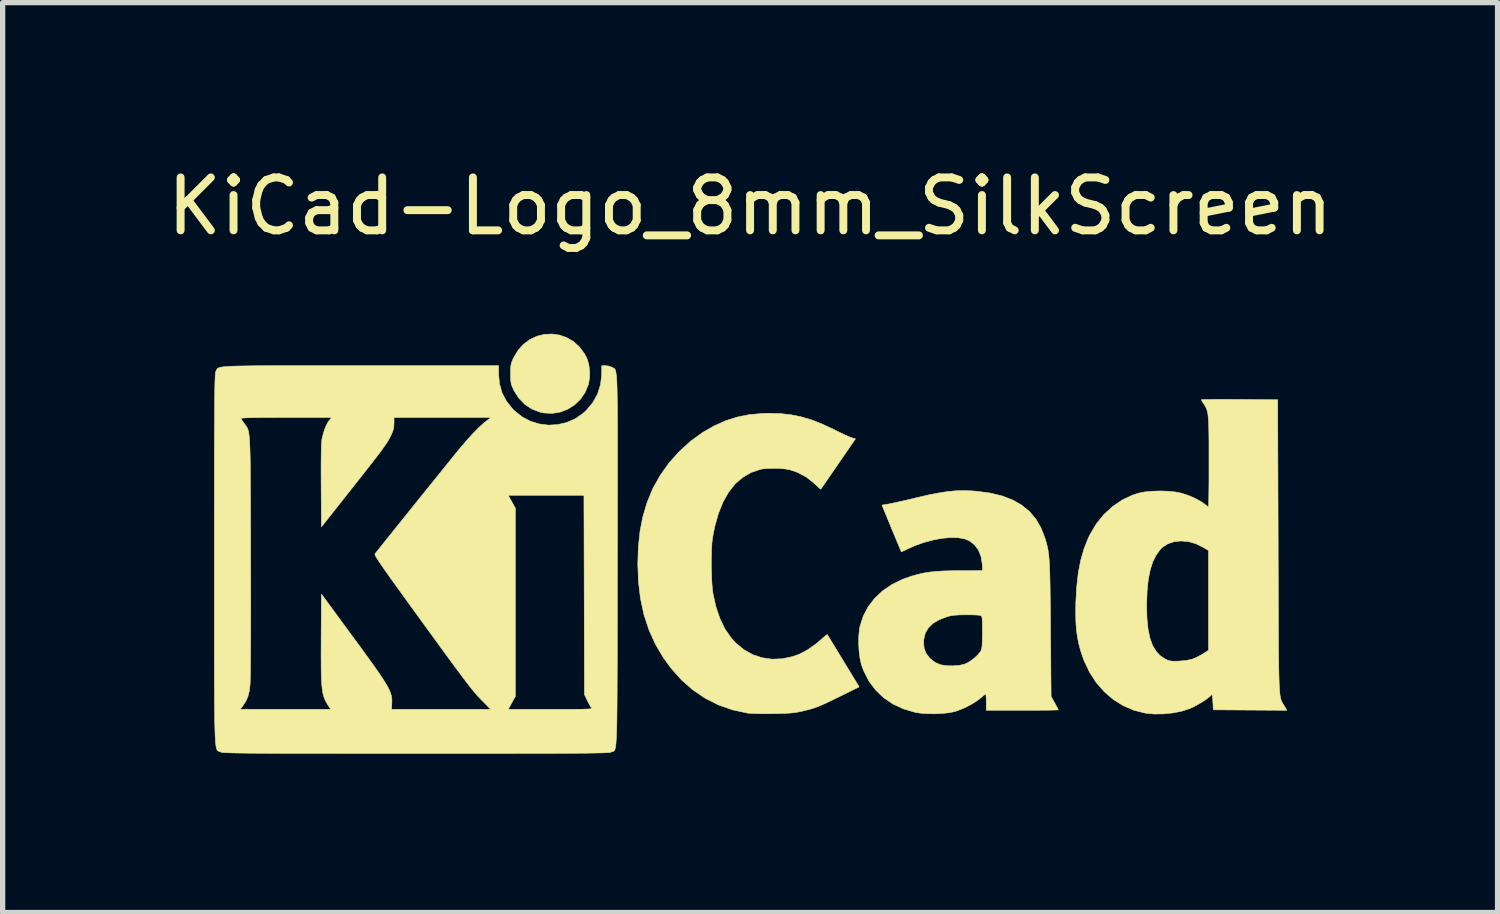
<source format=kicad_pcb>
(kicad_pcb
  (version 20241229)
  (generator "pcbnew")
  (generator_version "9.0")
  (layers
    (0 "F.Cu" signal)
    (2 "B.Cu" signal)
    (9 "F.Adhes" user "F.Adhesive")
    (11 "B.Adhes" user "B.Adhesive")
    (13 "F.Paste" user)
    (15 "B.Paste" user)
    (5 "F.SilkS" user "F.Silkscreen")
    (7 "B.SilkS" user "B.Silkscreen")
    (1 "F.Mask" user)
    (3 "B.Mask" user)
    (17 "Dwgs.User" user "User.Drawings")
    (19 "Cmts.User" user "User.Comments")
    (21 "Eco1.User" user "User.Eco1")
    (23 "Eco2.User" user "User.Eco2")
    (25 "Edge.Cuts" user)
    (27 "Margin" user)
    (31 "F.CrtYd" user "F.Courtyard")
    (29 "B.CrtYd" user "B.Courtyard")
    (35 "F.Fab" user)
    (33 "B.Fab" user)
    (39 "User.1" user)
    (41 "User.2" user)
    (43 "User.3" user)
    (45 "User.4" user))
  (footprint "KiCad-Logo_8mm_SilkScreen"
    (layer "F.Cu")
    (at 11.125 7.198)
    (property "Reference" "KiCad-Logo_8mm_SilkScreen" (at 0 -6.35 0) (layer "F.SilkS") (effects (font (size 1 1) (thickness 0.15))))
    (attr exclude_from_pos_files exclude_from_bom)
    (fp_poly (pts (xy -3.602 -3.916) (xy -3.466 -3.869) (xy -3.339 -3.794) (xy -3.226 -3.693) (xy -3.13 -3.564) (xy -3.087 -3.483) (xy -3.05 -3.37) (xy -3.032 -3.239) (xy -3.034 -3.105) (xy -3.056 -2.983) (xy -3.117 -2.834) (xy -3.205 -2.705) (xy -3.315 -2.598) (xy -3.444 -2.516) (xy -3.587 -2.461) (xy -3.739 -2.436) (xy -3.896 -2.444) (xy -3.973 -2.46) (xy -4.124 -2.519) (xy -4.258 -2.608) (xy -4.372 -2.726) (xy -4.463 -2.869) (xy -4.47 -2.885) (xy -4.497 -2.943) (xy -4.513 -2.993) (xy -4.522 -3.045) (xy -4.526 -3.111) (xy -4.527 -3.184) (xy -4.526 -3.271) (xy -4.521 -3.334) (xy -4.511 -3.385) (xy -4.492 -3.436) (xy -4.469 -3.487) (xy -4.384 -3.63) (xy -4.279 -3.745) (xy -4.158 -3.834) (xy -4.026 -3.895) (xy -3.886 -3.929) (xy -3.744 -3.936) (xy -3.602 -3.916)) (stroke (width 0.01) (type solid)) (fill yes) (layer "F.SilkS"))
    (fp_poly (pts (xy 0.581 -2.431) (xy 0.777 -2.409) (xy 0.967 -2.371) (xy 1.158 -2.314) (xy 1.358 -2.236) (xy 1.576 -2.135) (xy 1.615 -2.115) (xy 1.705 -2.071) (xy 1.79 -2.031) (xy 1.861 -1.999) (xy 1.91 -1.979) (xy 1.918 -1.977) (xy 1.991 -1.955) (xy 1.665 -1.481) (xy 1.585 -1.365) (xy 1.512 -1.259) (xy 1.449 -1.167) (xy 1.397 -1.092) (xy 1.359 -1.038) (xy 1.339 -1.008) (xy 1.335 -1.003) (xy 1.322 -1.013) (xy 1.288 -1.043) (xy 1.24 -1.087) (xy 1.214 -1.112) (xy 1.065 -1.231) (xy 0.897 -1.321) (xy 0.753 -1.37) (xy 0.666 -1.386) (xy 0.558 -1.395) (xy 0.44 -1.398) (xy 0.326 -1.395) (xy 0.229 -1.385) (xy 0.19 -1.378) (xy 0.015 -1.317) (xy -0.143 -1.225) (xy -0.284 -1.102) (xy -0.407 -0.947) (xy -0.512 -0.76) (xy -0.599 -0.543) (xy -0.669 -0.294) (xy -0.71 -0.082) (xy -0.721 0.012) (xy -0.728 0.134) (xy -0.732 0.273) (xy -0.733 0.423) (xy -0.73 0.575) (xy -0.725 0.718) (xy -0.716 0.846) (xy -0.704 0.949) (xy -0.702 0.964) (xy -0.646 1.22) (xy -0.569 1.445) (xy -0.472 1.643) (xy -0.353 1.813) (xy -0.269 1.905) (xy -0.117 2.03) (xy 0.049 2.123) (xy 0.227 2.182) (xy 0.414 2.209) (xy 0.607 2.201) (xy 0.803 2.16) (xy 0.92 2.119) (xy 1.08 2.037) (xy 1.246 1.92) (xy 1.339 1.84) (xy 1.391 1.794) (xy 1.432 1.761) (xy 1.455 1.745) (xy 1.458 1.744) (xy 1.469 1.761) (xy 1.496 1.804) (xy 1.537 1.872) (xy 1.59 1.959) (xy 1.653 2.062) (xy 1.723 2.177) (xy 1.762 2.241) (xy 2.061 2.732) (xy 1.688 2.916) (xy 1.553 2.982) (xy 1.444 3.034) (xy 1.354 3.075) (xy 1.276 3.107) (xy 1.203 3.133) (xy 1.13 3.155) (xy 1.049 3.176) (xy 0.971 3.195) (xy 0.901 3.209) (xy 0.829 3.22) (xy 0.746 3.228) (xy 0.645 3.233) (xy 0.52 3.237) (xy 0.435 3.239) (xy 0.315 3.24) (xy 0.199 3.239) (xy 0.096 3.237) (xy 0.013 3.234) (xy -0.042 3.229) (xy -0.045 3.228) (xy -0.33 3.167) (xy -0.598 3.073) (xy -0.848 2.948) (xy -1.08 2.791) (xy -1.295 2.602) (xy -1.492 2.382) (xy -1.635 2.186) (xy -1.787 1.93) (xy -1.91 1.659) (xy -2.005 1.372) (xy -2.071 1.066) (xy -2.11 0.74) (xy -2.122 0.408) (xy -2.112 0.087) (xy -2.08 -0.209) (xy -2.026 -0.486) (xy -1.948 -0.747) (xy -1.845 -0.999) (xy -1.833 -1.025) (xy -1.697 -1.268) (xy -1.531 -1.5) (xy -1.338 -1.716) (xy -1.125 -1.91) (xy -0.894 -2.077) (xy -0.679 -2.2) (xy -0.462 -2.297) (xy -0.244 -2.366) (xy -0.018 -2.412) (xy 0.226 -2.434) (xy 0.372 -2.437) (xy 0.581 -2.431)) (stroke (width 0.01) (type solid)) (fill yes) (layer "F.SilkS"))
    (fp_poly (pts (xy 9.042 -2.7) (xy 9.196 -2.699) (xy 9.248 -2.699) (xy 9.97 -2.694) (xy 9.979 0.073) (xy 9.98 0.448) (xy 9.981 0.788) (xy 9.982 1.096) (xy 9.983 1.373) (xy 9.984 1.621) (xy 9.985 1.841) (xy 9.986 2.036) (xy 9.988 2.206) (xy 9.99 2.354) (xy 9.993 2.482) (xy 9.996 2.592) (xy 9.999 2.684) (xy 10.003 2.761) (xy 10.008 2.825) (xy 10.013 2.877) (xy 10.02 2.92) (xy 10.027 2.954) (xy 10.035 2.982) (xy 10.044 3.005) (xy 10.055 3.026) (xy 10.066 3.045) (xy 10.079 3.066) (xy 10.093 3.089) (xy 10.096 3.093) (xy 10.144 3.175) (xy 8.754 3.166) (xy 8.745 3.013) (xy 8.74 2.94) (xy 8.735 2.898) (xy 8.728 2.881) (xy 8.717 2.884) (xy 8.709 2.894) (xy 8.67 2.929) (xy 8.608 2.975) (xy 8.531 3.025) (xy 8.447 3.074) (xy 8.365 3.117) (xy 8.302 3.145) (xy 8.155 3.192) (xy 7.986 3.225) (xy 7.808 3.243) (xy 7.633 3.245) (xy 7.474 3.229) (xy 7.472 3.229) (xy 7.254 3.174) (xy 7.05 3.087) (xy 6.863 2.97) (xy 6.693 2.824) (xy 6.542 2.651) (xy 6.414 2.453) (xy 6.309 2.232) (xy 6.252 2.068) (xy 6.215 1.931) (xy 6.187 1.799) (xy 6.168 1.663) (xy 6.157 1.514) (xy 6.153 1.347) (xy 6.155 1.209) (xy 7.493 1.209) (xy 7.5 1.439) (xy 7.52 1.637) (xy 7.554 1.805) (xy 7.603 1.943) (xy 7.668 2.055) (xy 7.748 2.142) (xy 7.842 2.204) (xy 7.89 2.227) (xy 7.932 2.24) (xy 7.979 2.247) (xy 8.042 2.247) (xy 8.11 2.245) (xy 8.243 2.233) (xy 8.349 2.21) (xy 8.382 2.198) (xy 8.458 2.164) (xy 8.538 2.121) (xy 8.572 2.1) (xy 8.663 2.041) (xy 8.663 0.155) (xy 8.563 0.095) (xy 8.424 0.027) (xy 8.282 -0.013) (xy 8.142 -0.025) (xy 8.009 -0.011) (xy 7.889 0.031) (xy 7.787 0.099) (xy 7.754 0.131) (xy 7.675 0.239) (xy 7.61 0.368) (xy 7.561 0.523) (xy 7.525 0.704) (xy 7.503 0.915) (xy 7.494 1.157) (xy 7.493 1.209) (xy 6.155 1.209) (xy 6.155 1.152) (xy 6.171 0.854) (xy 6.201 0.584) (xy 6.248 0.34) (xy 6.312 0.118) (xy 6.394 -0.087) (xy 6.424 -0.148) (xy 6.542 -0.347) (xy 6.684 -0.523) (xy 6.848 -0.674) (xy 7.029 -0.798) (xy 7.225 -0.891) (xy 7.343 -0.929) (xy 7.458 -0.952) (xy 7.597 -0.965) (xy 7.748 -0.97) (xy 7.898 -0.965) (xy 8.038 -0.951) (xy 8.15 -0.928) (xy 8.283 -0.885) (xy 8.412 -0.829) (xy 8.525 -0.767) (xy 8.585 -0.725) (xy 8.627 -0.693) (xy 8.656 -0.674) (xy 8.662 -0.671) (xy 8.664 -0.689) (xy 8.666 -0.739) (xy 8.668 -0.819) (xy 8.669 -0.924) (xy 8.671 -1.051) (xy 8.672 -1.197) (xy 8.672 -1.357) (xy 8.672 -1.521) (xy 8.672 -1.731) (xy 8.672 -1.908) (xy 8.67 -2.055) (xy 8.668 -2.176) (xy 8.665 -2.274) (xy 8.659 -2.353) (xy 8.652 -2.416) (xy 8.643 -2.467) (xy 8.631 -2.508) (xy 8.616 -2.543) (xy 8.598 -2.576) (xy 8.577 -2.61) (xy 8.574 -2.614) (xy 8.546 -2.658) (xy 8.529 -2.688) (xy 8.527 -2.694) (xy 8.545 -2.696) (xy 8.595 -2.698) (xy 8.673 -2.699) (xy 8.776 -2.7) (xy 8.9 -2.7) (xy 9.042 -2.7)) (stroke (width 0.01) (type solid)) (fill yes) (layer "F.SilkS"))
    (fp_poly (pts (xy 4.186 -0.972) (xy 4.276 -0.965) (xy 4.533 -0.931) (xy 4.76 -0.877) (xy 4.96 -0.801) (xy 5.132 -0.703) (xy 5.278 -0.583) (xy 5.4 -0.44) (xy 5.497 -0.272) (xy 5.568 -0.091) (xy 5.586 -0.033) (xy 5.602 0.021) (xy 5.615 0.075) (xy 5.627 0.13) (xy 5.637 0.191) (xy 5.645 0.26) (xy 5.652 0.339) (xy 5.657 0.433) (xy 5.662 0.543) (xy 5.666 0.672) (xy 5.669 0.825) (xy 5.671 1.003) (xy 5.674 1.209) (xy 5.676 1.447) (xy 5.677 1.633) (xy 5.688 2.912) (xy 5.756 3.035) (xy 5.788 3.094) (xy 5.812 3.14) (xy 5.823 3.165) (xy 5.824 3.167) (xy 5.806 3.168) (xy 5.757 3.17) (xy 5.678 3.172) (xy 5.576 3.173) (xy 5.453 3.174) (xy 5.314 3.175) (xy 5.162 3.175) (xy 5.144 3.175) (xy 4.463 3.175) (xy 4.463 3.021) (xy 4.462 2.951) (xy 4.459 2.898) (xy 4.454 2.869) (xy 4.452 2.867) (xy 4.434 2.878) (xy 4.397 2.907) (xy 4.349 2.948) (xy 4.348 2.949) (xy 4.26 3.014) (xy 4.149 3.08) (xy 4.028 3.139) (xy 3.908 3.186) (xy 3.855 3.202) (xy 3.751 3.222) (xy 3.622 3.235) (xy 3.481 3.241) (xy 3.34 3.239) (xy 3.211 3.228) (xy 3.121 3.214) (xy 2.899 3.148) (xy 2.699 3.056) (xy 2.522 2.936) (xy 2.371 2.791) (xy 2.245 2.622) (xy 2.147 2.43) (xy 2.104 2.313) (xy 2.078 2.2) (xy 2.06 2.064) (xy 2.052 1.917) (xy 2.052 1.896) (xy 3.279 1.896) (xy 3.289 2.005) (xy 3.323 2.095) (xy 3.386 2.179) (xy 3.41 2.204) (xy 3.496 2.27) (xy 3.594 2.313) (xy 3.713 2.333) (xy 3.837 2.335) (xy 3.956 2.325) (xy 4.046 2.305) (xy 4.086 2.29) (xy 4.156 2.25) (xy 4.232 2.194) (xy 4.3 2.131) (xy 4.351 2.07) (xy 4.365 2.047) (xy 4.375 2.016) (xy 4.383 1.967) (xy 4.388 1.894) (xy 4.39 1.793) (xy 4.391 1.697) (xy 4.39 1.585) (xy 4.389 1.504) (xy 4.386 1.449) (xy 4.381 1.414) (xy 4.373 1.394) (xy 4.362 1.384) (xy 4.359 1.383) (xy 4.33 1.378) (xy 4.272 1.374) (xy 4.193 1.371) (xy 4.102 1.37) (xy 4.082 1.37) (xy 3.96 1.372) (xy 3.866 1.378) (xy 3.791 1.388) (xy 3.729 1.404) (xy 3.575 1.462) (xy 3.455 1.533) (xy 3.367 1.619) (xy 3.309 1.721) (xy 3.282 1.839) (xy 3.279 1.896) (xy 2.052 1.896) (xy 2.054 1.774) (xy 2.066 1.645) (xy 2.076 1.592) (xy 2.137 1.399) (xy 2.23 1.221) (xy 2.353 1.06) (xy 2.504 0.918) (xy 2.682 0.797) (xy 2.885 0.698) (xy 3.057 0.638) (xy 3.172 0.606) (xy 3.282 0.581) (xy 3.395 0.563) (xy 3.516 0.55) (xy 3.654 0.542) (xy 3.816 0.538) (xy 3.962 0.536) (xy 4.395 0.535) (xy 4.386 0.405) (xy 4.363 0.264) (xy 4.313 0.143) (xy 4.238 0.044) (xy 4.141 -0.029) (xy 4.056 -0.064) (xy 3.934 -0.086) (xy 3.789 -0.09) (xy 3.627 -0.075) (xy 3.455 -0.043) (xy 3.281 0.004) (xy 3.111 0.065) (xy 2.987 0.121) (xy 2.928 0.15) (xy 2.882 0.17) (xy 2.859 0.178) (xy 2.858 0.178) (xy 2.85 0.16) (xy 2.83 0.114) (xy 2.8 0.042) (xy 2.762 -0.049) (xy 2.717 -0.156) (xy 2.672 -0.265) (xy 2.492 -0.703) (xy 2.62 -0.724) (xy 2.676 -0.735) (xy 2.76 -0.753) (xy 2.864 -0.776) (xy 2.982 -0.803) (xy 3.107 -0.833) (xy 3.157 -0.845) (xy 3.372 -0.895) (xy 3.56 -0.932) (xy 3.728 -0.958) (xy 3.884 -0.973) (xy 4.034 -0.977) (xy 4.186 -0.972)) (stroke (width 0.01) (type solid)) (fill yes) (layer "F.SilkS"))
    (fp_poly (pts (xy -7.87 -3.338) (xy -7.521 -3.338) (xy -7.358 -3.338) (xy -4.753 -3.338) (xy -4.753 -3.185) (xy -4.737 -2.998) (xy -4.688 -2.826) (xy -4.605 -2.667) (xy -4.488 -2.52) (xy -4.448 -2.481) (xy -4.306 -2.369) (xy -4.149 -2.287) (xy -3.982 -2.236) (xy -3.81 -2.214) (xy -3.637 -2.224) (xy -3.468 -2.263) (xy -3.308 -2.332) (xy -3.162 -2.432) (xy -3.096 -2.492) (xy -2.973 -2.639) (xy -2.883 -2.801) (xy -2.827 -2.976) (xy -2.805 -3.161) (xy -2.804 -3.18) (xy -2.803 -3.338) (xy -2.733 -3.338) (xy -2.671 -3.33) (xy -2.615 -3.309) (xy -2.611 -3.307) (xy -2.598 -3.301) (xy -2.587 -3.296) (xy -2.576 -3.29) (xy -2.566 -3.284) (xy -2.557 -3.274) (xy -2.549 -3.26) (xy -2.542 -3.239) (xy -2.536 -3.211) (xy -2.53 -3.174) (xy -2.525 -3.127) (xy -2.521 -3.067) (xy -2.517 -2.994) (xy -2.514 -2.906) (xy -2.512 -2.801) (xy -2.51 -2.678) (xy -2.508 -2.535) (xy -2.507 -2.372) (xy -2.506 -2.186) (xy -2.506 -1.976) (xy -2.506 -1.74) (xy -2.506 -1.477) (xy -2.506 -1.185) (xy -2.506 -0.864) (xy -2.507 -0.511) (xy -2.507 -0.124) (xy -2.508 0.297) (xy -2.508 0.348) (xy -2.509 0.771) (xy -2.509 1.16) (xy -2.509 1.516) (xy -2.51 1.839) (xy -2.51 2.133) (xy -2.511 2.398) (xy -2.512 2.635) (xy -2.513 2.847) (xy -2.514 3.034) (xy -2.516 3.199) (xy -2.517 3.342) (xy -2.52 3.466) (xy -2.523 3.571) (xy -2.526 3.66) (xy -2.53 3.733) (xy -2.534 3.793) (xy -2.539 3.84) (xy -2.545 3.877) (xy -2.551 3.904) (xy -2.558 3.924) (xy -2.566 3.937) (xy -2.575 3.946) (xy -2.585 3.951) (xy -2.596 3.955) (xy -2.608 3.958) (xy -2.621 3.963) (xy -2.624 3.964) (xy -2.634 3.967) (xy -2.651 3.97) (xy -2.676 3.973) (xy -2.71 3.976) (xy -2.756 3.978) (xy -2.814 3.98) (xy -2.886 3.982) (xy -2.973 3.983) (xy -3.078 3.985) (xy -3.201 3.986) (xy -3.343 3.987) (xy -3.507 3.988) (xy -3.694 3.989) (xy -3.905 3.989) (xy -4.141 3.99) (xy -4.405 3.99) (xy -4.697 3.991) (xy -5.019 3.991) (xy -5.373 3.991) (xy -5.759 3.991) (xy -6.18 3.991) (xy -6.316 3.991) (xy -6.747 3.991) (xy -7.142 3.991) (xy -7.504 3.991) (xy -7.835 3.99) (xy -8.134 3.99) (xy -8.405 3.99) (xy -8.649 3.989) (xy -8.866 3.989) (xy -9.059 3.988) (xy -9.229 3.987) (xy -9.378 3.986) (xy -9.506 3.985) (xy -9.616 3.983) (xy -9.709 3.982) (xy -9.786 3.98) (xy -9.848 3.978) (xy -9.899 3.976) (xy -9.937 3.974) (xy -9.967 3.971) (xy -9.987 3.968) (xy -10.001 3.965) (xy -10.009 3.962) (xy -10.023 3.956) (xy -10.035 3.952) (xy -10.046 3.948) (xy -10.057 3.942) (xy -10.066 3.934) (xy -10.075 3.92) (xy -10.082 3.901) (xy -10.089 3.874) (xy -10.095 3.839) (xy -10.101 3.793) (xy -10.105 3.734) (xy -10.109 3.663) (xy -10.112 3.576) (xy -10.115 3.473) (xy -10.118 3.352) (xy -10.119 3.211) (xy -10.12 3.157) (xy -9.636 3.157) (xy -7.924 3.157) (xy -7.957 3.107) (xy -7.99 3.056) (xy -8.018 3.007) (xy -8.041 2.957) (xy -8.06 2.903) (xy -8.075 2.841) (xy -8.086 2.768) (xy -8.095 2.68) (xy -8.101 2.574) (xy -8.105 2.447) (xy -8.106 2.294) (xy -8.107 2.114) (xy -8.106 1.902) (xy -8.106 1.823) (xy -8.101 0.978) (xy -7.566 1.707) (xy -7.414 1.913) (xy -7.283 2.093) (xy -7.17 2.249) (xy -7.075 2.383) (xy -6.996 2.497) (xy -6.931 2.594) (xy -6.88 2.676) (xy -6.84 2.746) (xy -6.811 2.806) (xy -6.791 2.858) (xy -6.778 2.905) (xy -6.771 2.949) (xy -6.769 2.992) (xy -6.77 3.038) (xy -6.77 3.043) (xy -6.776 3.157) (xy -4.901 3.157) (xy -5.04 3.016) (xy -5.078 2.978) (xy -5.114 2.94) (xy -5.15 2.902) (xy -5.186 2.86) (xy -5.226 2.814) (xy -5.27 2.76) (xy -5.32 2.696) (xy -5.377 2.622) (xy -5.443 2.534) (xy -5.521 2.43) (xy -5.61 2.309) (xy -5.713 2.169) (xy -5.832 2.006) (xy -5.967 1.82) (xy -6.121 1.609) (xy -6.247 1.435) (xy -6.406 1.217) (xy -6.544 1.026) (xy -6.663 0.86) (xy -6.765 0.719) (xy -6.85 0.599) (xy -6.92 0.5) (xy -6.976 0.419) (xy -7.019 0.355) (xy -7.051 0.305) (xy -7.072 0.269) (xy -7.085 0.243) (xy -7.09 0.227) (xy -7.088 0.218) (xy -7.071 0.196) (xy -7.032 0.148) (xy -6.976 0.077) (xy -6.904 -0.013) (xy -6.818 -0.12) (xy -6.721 -0.241) (xy -6.615 -0.373) (xy -6.502 -0.514) (xy -6.385 -0.659) (xy -6.266 -0.808) (xy -6.2 -0.889) (xy -4.571 -0.889) (xy -4.504 -0.767) (xy -4.436 -0.644) (xy -4.436 2.912) (xy -4.504 3.034) (xy -4.571 3.157) (xy -3.771 3.157) (xy -3.579 3.157) (xy -3.422 3.157) (xy -3.294 3.156) (xy -3.193 3.155) (xy -3.117 3.153) (xy -3.062 3.151) (xy -3.025 3.148) (xy -3.004 3.144) (xy -2.994 3.139) (xy -2.993 3.132) (xy -2.999 3.125) (xy -2.999 3.125) (xy -3.022 3.092) (xy -3.052 3.038) (xy -3.079 2.984) (xy -3.13 2.876) (xy -3.135 0.993) (xy -3.14 -0.889) (xy -4.571 -0.889) (xy -6.2 -0.889) (xy -6.147 -0.955) (xy -6.03 -1.1) (xy -5.918 -1.238) (xy -5.814 -1.368) (xy -5.719 -1.486) (xy -5.635 -1.589) (xy -5.566 -1.675) (xy -5.512 -1.74) (xy -5.481 -1.778) (xy -5.36 -1.92) (xy -5.244 -2.049) (xy -5.136 -2.159) (xy -5.04 -2.247) (xy -4.973 -2.301) (xy -4.893 -2.359) (xy -6.729 -2.359) (xy -6.729 -2.251) (xy -6.734 -2.172) (xy -6.753 -2.098) (xy -6.783 -2.029) (xy -6.802 -1.989) (xy -6.823 -1.95) (xy -6.847 -1.909) (xy -6.877 -1.863) (xy -6.914 -1.81) (xy -6.959 -1.746) (xy -7.016 -1.67) (xy -7.086 -1.579) (xy -7.17 -1.47) (xy -7.271 -1.341) (xy -7.391 -1.189) (xy -7.532 -1.011) (xy -7.547 -0.991) (xy -8.101 -0.291) (xy -8.106 -1.066) (xy -8.107 -1.299) (xy -8.107 -1.495) (xy -8.105 -1.657) (xy -8.103 -1.784) (xy -8.098 -1.878) (xy -8.093 -1.938) (xy -8.091 -1.95) (xy -8.061 -2.071) (xy -8.023 -2.18) (xy -7.979 -2.267) (xy -7.953 -2.304) (xy -7.907 -2.359) (xy -8.772 -2.359) (xy -8.978 -2.358) (xy -9.15 -2.358) (xy -9.291 -2.357) (xy -9.404 -2.355) (xy -9.49 -2.353) (xy -9.553 -2.35) (xy -9.594 -2.347) (xy -9.616 -2.342) (xy -9.623 -2.337) (xy -9.622 -2.336) (xy -9.604 -2.308) (xy -9.573 -2.264) (xy -9.558 -2.242) (xy -9.541 -2.22) (xy -9.526 -2.2) (xy -9.513 -2.181) (xy -9.502 -2.16) (xy -9.491 -2.135) (xy -9.482 -2.106) (xy -9.475 -2.068) (xy -9.468 -2.022) (xy -9.462 -1.964) (xy -9.457 -1.893) (xy -9.453 -1.806) (xy -9.45 -1.703) (xy -9.447 -1.58) (xy -9.445 -1.436) (xy -9.444 -1.27) (xy -9.443 -1.078) (xy -9.442 -0.86) (xy -9.441 -0.613) (xy -9.44 -0.335) (xy -9.439 -0.024) (xy -9.439 0.261) (xy -9.438 0.579) (xy -9.438 0.883) (xy -9.437 1.17) (xy -9.438 1.439) (xy -9.438 1.687) (xy -9.439 1.913) (xy -9.44 2.114) (xy -9.442 2.289) (xy -9.443 2.436) (xy -9.445 2.553) (xy -9.447 2.638) (xy -9.45 2.689) (xy -9.45 2.694) (xy -9.466 2.818) (xy -9.491 2.917) (xy -9.529 3.003) (xy -9.585 3.089) (xy -9.591 3.098) (xy -9.636 3.157) (xy -10.12 3.157) (xy -10.121 3.049) (xy -10.122 2.865) (xy -10.123 2.657) (xy -10.123 2.423) (xy -10.124 2.162) (xy -10.124 1.873) (xy -10.124 1.554) (xy -10.124 1.203) (xy -10.124 0.82) (xy -10.124 0.401) (xy -10.124 0.318) (xy -10.124 -0.104) (xy -10.124 -0.492) (xy -10.123 -0.847) (xy -10.123 -1.169) (xy -10.123 -1.462) (xy -10.123 -1.725) (xy -10.122 -1.961) (xy -10.121 -2.172) (xy -10.121 -2.357) (xy -10.12 -2.521) (xy -10.119 -2.662) (xy -10.117 -2.784) (xy -10.116 -2.887) (xy -10.114 -2.974) (xy -10.112 -3.045) (xy -10.11 -3.102) (xy -10.108 -3.146) (xy -10.105 -3.18) (xy -10.103 -3.204) (xy -10.1 -3.22) (xy -10.096 -3.23) (xy -10.096 -3.23) (xy -10.089 -3.245) (xy -10.084 -3.258) (xy -10.077 -3.27) (xy -10.069 -3.281) (xy -10.056 -3.29) (xy -10.037 -3.299) (xy -10.011 -3.306) (xy -9.976 -3.313) (xy -9.929 -3.318) (xy -9.87 -3.323) (xy -9.796 -3.327) (xy -9.705 -3.33) (xy -9.597 -3.332) (xy -9.469 -3.334) (xy -9.319 -3.336) (xy -9.146 -3.337) (xy -8.948 -3.338) (xy -8.723 -3.338) (xy -8.47 -3.338) (xy -8.186 -3.338) (xy -7.87 -3.338)) (stroke (width 0.01) (type solid)) (fill yes) (layer "F.SilkS")))
  (gr_rect
    (start -3 -3)
    (end 25.25 14.194)
    (stroke (width 0.1) (type default))
    (fill no)
    (layer "Edge.Cuts")))
</source>
